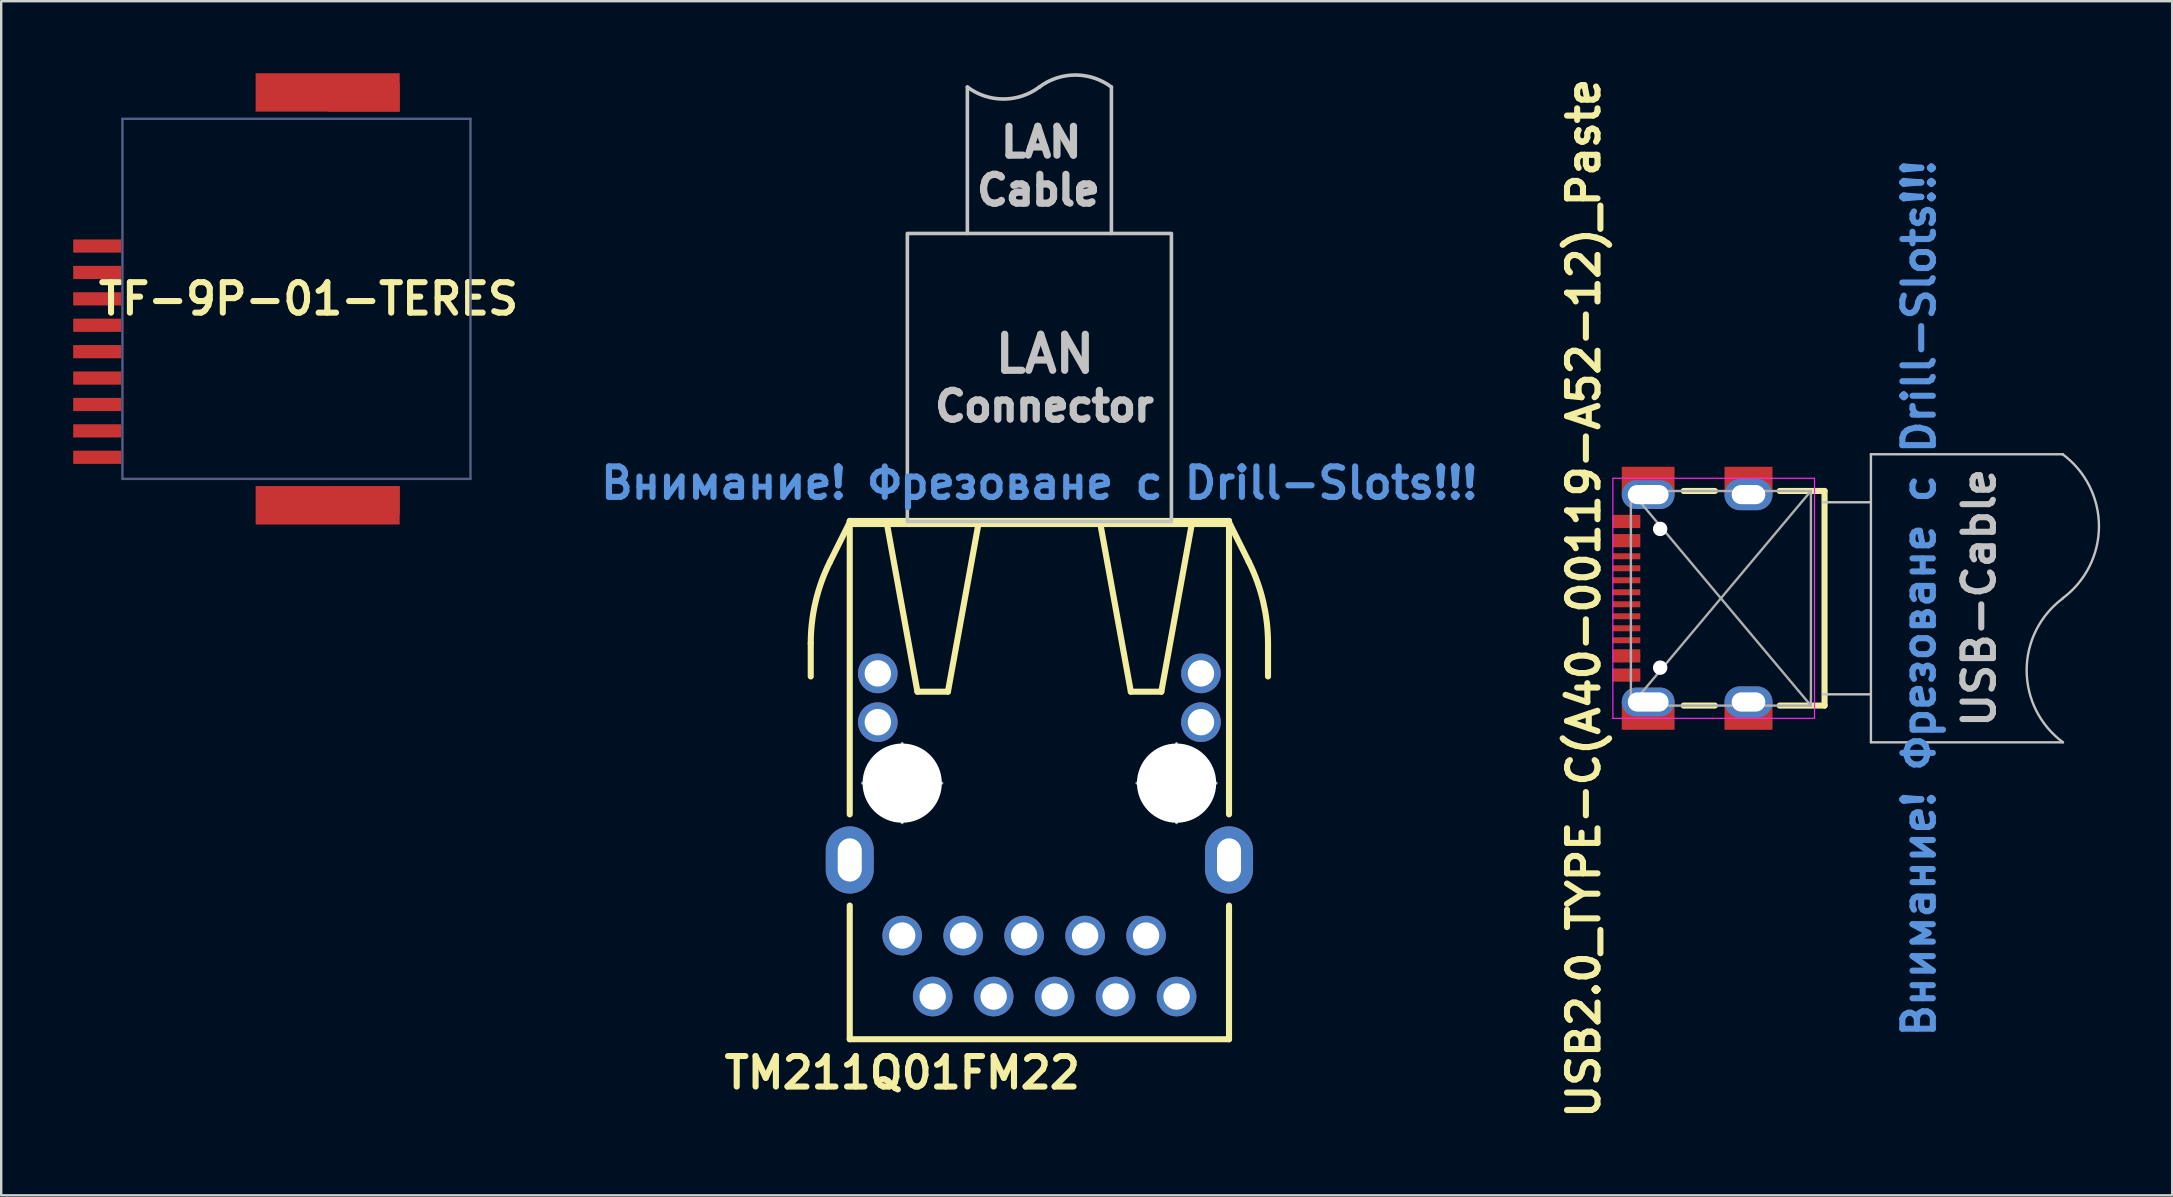
<source format=kicad_pcb>
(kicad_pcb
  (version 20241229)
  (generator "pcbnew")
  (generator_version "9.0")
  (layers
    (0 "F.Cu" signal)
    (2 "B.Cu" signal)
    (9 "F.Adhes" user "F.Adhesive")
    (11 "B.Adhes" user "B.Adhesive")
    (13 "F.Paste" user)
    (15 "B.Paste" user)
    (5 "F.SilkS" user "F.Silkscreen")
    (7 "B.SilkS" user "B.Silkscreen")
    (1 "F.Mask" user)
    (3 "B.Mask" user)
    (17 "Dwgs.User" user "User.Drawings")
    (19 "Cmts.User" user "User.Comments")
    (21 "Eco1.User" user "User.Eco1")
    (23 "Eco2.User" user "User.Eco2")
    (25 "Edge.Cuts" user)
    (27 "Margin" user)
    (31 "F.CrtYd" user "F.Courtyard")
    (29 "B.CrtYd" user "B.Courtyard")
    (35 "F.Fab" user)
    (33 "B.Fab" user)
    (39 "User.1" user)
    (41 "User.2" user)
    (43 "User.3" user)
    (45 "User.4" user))
  (footprint "USB2.0_TYPE-C(A40-00119-A52-12)_Paste"
    (layer "F.Cu")
    (at 68.641 21.874)
    (property "Reference" "USB2.0_TYPE-C(A40-00119-A52-12)_Paste" (at -5.715 0 270) (layer "F.SilkS") (effects (font (size 1.27 1.27) (thickness 0.254))))
    (attr smd)
    (fp_line (start -1.55 -4.47) (end -0.25 -4.47) (stroke (width 0.254) (type solid)) (layer "F.SilkS"))
    (fp_line (start -1.55 4.47) (end -0.25 4.47) (stroke (width 0.254) (type solid)) (layer "F.SilkS"))
    (fp_line (start 2.45 4.47) (end 4.318 4.47) (stroke (width 0.254) (type solid)) (layer "F.SilkS"))
    (fp_line (start 4.318 -4.47) (end 2.45 -4.47) (stroke (width 0.254) (type solid)) (layer "F.SilkS"))
    (fp_line (start 4.318 4.47) (end 4.318 -4.47) (stroke (width 0.254) (type solid)) (layer "F.SilkS"))
    (fp_line (start 4.25 -4) (end 6.25 -4) (stroke (width 0.1) (type default)) (layer "Dwgs.User"))
    (fp_line (start 6.25 -6) (end 6.25 6) (stroke (width 0.1) (type default)) (layer "Dwgs.User"))
    (fp_line (start 6.25 -6) (end 14.25 -6) (stroke (width 0.1) (type default)) (layer "Dwgs.User"))
    (fp_line (start 6.25 4) (end 4.25 4) (stroke (width 0.1) (type default)) (layer "Dwgs.User"))
    (fp_line (start 6.25 6) (end 14.25 6) (stroke (width 0.1) (type default)) (layer "Dwgs.User"))
    (fp_arc (start 14.237875 -6) (mid 15.75 -3) (end 14.237875 0) (stroke (width 0.1) (type default)) (layer "Dwgs.User"))
    (fp_arc (start 14.25 6) (mid 12.737875 3) (end 14.25 0) (stroke (width 0.1) (type default)) (layer "Dwgs.User"))
    (fp_line (start -2.75 -3.35) (end -2.5 -3.45) (stroke (width 0.127) (type solid)) (layer "Eco1.User"))
    (fp_line (start -2.75 -3.35) (end -2.5 -3.25) (stroke (width 0.127) (type solid)) (layer "Eco1.User"))
    (fp_line (start -2.75 -2.4) (end -2.5 -2.5) (stroke (width 0.127) (type solid)) (layer "Eco1.User"))
    (fp_line (start -2.75 -2.4) (end -2.5 -2.3) (stroke (width 0.127) (type solid)) (layer "Eco1.User"))
    (fp_line (start -2.75 -2.4) (end -2 -2.4) (stroke (width 0.127) (type solid)) (layer "Eco1.User"))
    (fp_line (start -2.75 -1.75) (end -2.5 -1.85) (stroke (width 0.127) (type solid)) (layer "Eco1.User"))
    (fp_line (start -2.75 -1.75) (end -2.5 -1.65) (stroke (width 0.127) (type solid)) (layer "Eco1.User"))
    (fp_line (start -2.75 -1.25) (end -2.5 -1.35) (stroke (width 0.127) (type solid)) (layer "Eco1.User"))
    (fp_line (start -2.75 -1.25) (end -2.5 -1.15) (stroke (width 0.127) (type solid)) (layer "Eco1.User"))
    (fp_line (start -2.75 -0.75) (end -2.5 -0.85) (stroke (width 0.127) (type solid)) (layer "Eco1.User"))
    (fp_line (start -2.75 -0.75) (end -2.5 -0.65) (stroke (width 0.127) (type solid)) (layer "Eco1.User"))
    (fp_line (start -2.75 -0.25) (end -2.5 -0.35) (stroke (width 0.127) (type solid)) (layer "Eco1.User"))
    (fp_line (start -2.75 -0.25) (end -2.5 -0.15) (stroke (width 0.127) (type solid)) (layer "Eco1.User"))
    (fp_line (start -2.75 0.25) (end -2.5 0.15) (stroke (width 0.127) (type solid)) (layer "Eco1.User"))
    (fp_line (start -2.75 0.25) (end -2.5 0.35) (stroke (width 0.127) (type solid)) (layer "Eco1.User"))
    (fp_line (start -2.75 0.75) (end -2.5 0.65) (stroke (width 0.127) (type solid)) (layer "Eco1.User"))
    (fp_line (start -2.75 0.75) (end -2.5 0.85) (stroke (width 0.127) (type solid)) (layer "Eco1.User"))
    (fp_line (start -2.75 1.25) (end -2.5 1.15) (stroke (width 0.127) (type solid)) (layer "Eco1.User"))
    (fp_line (start -2.75 1.25) (end -2.5 1.35) (stroke (width 0.127) (type solid)) (layer "Eco1.User"))
    (fp_line (start -2.75 1.75) (end -2.5 1.65) (stroke (width 0.127) (type solid)) (layer "Eco1.User"))
    (fp_line (start -2.75 1.75) (end -2.5 1.85) (stroke (width 0.127) (type solid)) (layer "Eco1.User"))
    (fp_line (start -2.75 2.4) (end -2.5 2.3) (stroke (width 0.127) (type solid)) (layer "Eco1.User"))
    (fp_line (start -2.75 2.4) (end -2.5 2.5) (stroke (width 0.127) (type solid)) (layer "Eco1.User"))
    (fp_line (start -2.75 3.35) (end -2.5 3.25) (stroke (width 0.127) (type solid)) (layer "Eco1.User"))
    (fp_line (start -2.75 3.35) (end -2.5 3.45) (stroke (width 0.127) (type solid)) (layer "Eco1.User"))
    (fp_line (start -2 -3.35) (end -2.75 -3.35) (stroke (width 0.127) (type solid)) (layer "Eco1.User"))
    (fp_line (start -2 -1.75) (end -2.75 -1.75) (stroke (width 0.127) (type solid)) (layer "Eco1.User"))
    (fp_line (start -2 -0.75) (end -2.75 -0.75) (stroke (width 0.127) (type solid)) (layer "Eco1.User"))
    (fp_line (start -2 0.25) (end -2.75 0.25) (stroke (width 0.127) (type solid)) (layer "Eco1.User"))
    (fp_line (start -2 1.25) (end -2.75 1.25) (stroke (width 0.127) (type solid)) (layer "Eco1.User"))
    (fp_line (start -2 2.4) (end -2.75 2.4) (stroke (width 0.127) (type solid)) (layer "Eco1.User"))
    (fp_line (start -2 3.35) (end -2.75 3.35) (stroke (width 0.127) (type solid)) (layer "Eco1.User"))
    (fp_line (start -0.25 -1.25) (end -2.75 -1.25) (stroke (width 0.127) (type solid)) (layer "Eco1.User"))
    (fp_line (start -0.25 -0.25) (end -2.75 -0.25) (stroke (width 0.127) (type solid)) (layer "Eco1.User"))
    (fp_line (start -0.25 0.75) (end -2.75 0.75) (stroke (width 0.127) (type solid)) (layer "Eco1.User"))
    (fp_line (start -0.25 1.75) (end -2.75 1.75) (stroke (width 0.127) (type solid)) (layer "Eco1.User"))
    (fp_line (start -4.5 -5) (end -4.5 5) (stroke (width 0.05) (type solid)) (layer "F.CrtYd"))
    (fp_line (start -4.5 5) (end 3.9 5) (stroke (width 0.05) (type solid)) (layer "F.CrtYd"))
    (fp_line (start 3.9 -5) (end -4.5 -5) (stroke (width 0.05) (type solid)) (layer "F.CrtYd"))
    (fp_line (start 3.9 5) (end 3.9 -5) (stroke (width 0.05) (type solid)) (layer "F.CrtYd"))
    (fp_line (start -3.75 -4.47) (end 3.75 -4.47) (stroke (width 0.1) (type solid)) (layer "F.Fab"))
    (fp_line (start -3.75 4.47) (end -3.75 -4.47) (stroke (width 0.1) (type solid)) (layer "F.Fab"))
    (fp_line (start 3.75 -4.47) (end -3.75 4.47) (stroke (width 0.1) (type solid)) (layer "F.Fab"))
    (fp_line (start 3.75 -4.47) (end 3.75 4.47) (stroke (width 0.1) (type solid)) (layer "F.Fab"))
    (fp_line (start 3.75 4.47) (end -3.75 -4.47) (stroke (width 0.1) (type solid)) (layer "F.Fab"))
    (fp_line (start 3.75 4.47) (end -3.75 4.47) (stroke (width 0.1) (type solid)) (layer "F.Fab"))
    (fp_text user "USB-Cable" (at 11.5 5.5 90) (unlocked yes) (layer "Dwgs.User") (effects (font (size 1.27 1.27) (thickness 0.254) (bold yes)) (justify left bottom)))
    (fp_text user "Внимание! Фрезоване с Drill-Slots!!!" (at 8.255 0 90) (layer "Cmts.User") (effects (font (size 1.27 1.27) (thickness 0.254))))
    (fp_text user "SBU2" (at 1 1.75 0) (layer "Eco1.User") (effects (font (size 0.508 0.508) (thickness 0.127))))
    (fp_text user "DP2" (at -1 -0.75 0) (layer "Eco1.User") (effects (font (size 0.508 0.508) (thickness 0.127))))
    (fp_text user "DN2" (at 0.75 0.75 0) (layer "Eco1.User") (effects (font (size 0.508 0.508) (thickness 0.127))))
    (fp_text user "A40-00119-A52-12" (at 3 0 90) (layer "Eco1.User") (effects (font (size 0.508 0.508) (thickness 0.127))))
    (fp_text user "SBU1" (at 1 -1.25 0) (layer "Eco1.User") (effects (font (size 0.508 0.508) (thickness 0.127))))
    (fp_text user "GND" (at -1 -3.25 0) (layer "Eco1.User") (effects (font (size 0.508 0.508) (thickness 0.127))))
    (fp_text user "VBUS" (at -0.75 -2.5 0) (layer "Eco1.User") (effects (font (size 0.508 0.508) (thickness 0.127))))
    (fp_text user "DN1" (at 0.75 -0.25 0) (layer "Eco1.User") (effects (font (size 0.508 0.508) (thickness 0.127))))
    (fp_text user "CC2" (at -1 -1.75 0) (layer "Eco1.User") (effects (font (size 0.508 0.508) (thickness 0.127))))
    (fp_text user "CC1" (at -1 1.25 0) (layer "Eco1.User") (effects (font (size 0.508 0.508) (thickness 0.127))))
    (fp_text user "DP1" (at -1 0.25 0) (layer "Eco1.User") (effects (font (size 0.508 0.508) (thickness 0.127))))
    (fp_text user "GND" (at -1 3.25 0) (layer "Eco1.User") (effects (font (size 0.508 0.508) (thickness 0.127))))
    (fp_text user "VBUS" (at -0.75 2.5 0) (layer "Eco1.User") (effects (font (size 0.508 0.508) (thickness 0.127))))
    (pad "" smd rect (at -3.03 -4.928 90) (size 2.1 3.2) (layers "F.Paste"))
    (pad "" smd rect (at -3.03 4.928 90) (size 2.1 3.2) (layers "F.Paste"))
    (pad "" np_thru_hole circle (at -2.53 -2.89 90) (size 0.6 0.6) (drill 0.6) (layers "*.Cu" "*.Mask"))
    (pad "" np_thru_hole circle (at -2.53 2.89 90) (size 0.6 0.6) (drill 0.6) (layers "*.Cu" "*.Mask"))
    (pad "" smd rect (at 1.15 -4.928 90) (size 2.1 3) (layers "F.Paste"))
    (pad "" smd rect (at 1.15 4.928 90) (size 2.1 3) (layers "F.Paste"))
    (pad "0" smd rect (at -3.03 -4.928 90) (size 1.1 2.2) (layers "F.Cu" "F.Mask" "F.Paste"))
    (pad "0" thru_hole oval (at -3.03 -4.32 90) (size 1.2 2.2) (drill oval 0.8 1.7) (layers "*.Cu" "*.Mask"))
    (pad "0" thru_hole oval (at -3.03 4.32 90) (size 1.2 2.2) (drill oval 0.8 1.7) (layers "*.Cu" "*.Mask"))
    (pad "0" smd rect (at -3.03 4.928 90) (size 1.1 2.2) (layers "F.Cu" "F.Mask" "F.Paste"))
    (pad "0" smd rect (at 1.15 -4.928 90) (size 1.1 2) (layers "F.Cu" "F.Mask" "F.Paste"))
    (pad "0" thru_hole oval (at 1.15 -4.32 90) (size 1.3 2) (drill oval 0.8 1.4) (layers "*.Cu" "*.Mask"))
    (pad "0" thru_hole oval (at 1.15 4.32 90) (size 1.3 2) (drill oval 0.8 1.4) (layers "*.Cu" "*.Mask"))
    (pad "0" smd rect (at 1.15 4.928 90) (size 1.1 2) (layers "F.Cu" "F.Mask" "F.Paste"))
    (pad "A1" smd rect (at -3.932 3.325 90) (size 0.3 1.15) (layers "F.Cu" "F.Mask" "F.Paste"))
    (pad "A4" smd rect (at -3.932 2.525 90) (size 0.3 1.15) (layers "F.Cu" "F.Mask" "F.Paste"))
    (pad "A5" smd rect (at -3.932 1.25 90) (size 0.25 1.15) (layers "F.Cu" "F.Mask" "F.Paste"))
    (pad "A6" smd rect (at -3.932 0.25 90) (size 0.25 1.15) (layers "F.Cu" "F.Mask" "F.Paste"))
    (pad "A7" smd rect (at -3.932 -0.25 90) (size 0.25 1.15) (layers "F.Cu" "F.Mask" "F.Paste"))
    (pad "A8" smd rect (at -3.932 -1.25 90) (size 0.25 1.15) (layers "F.Cu" "F.Mask" "F.Paste"))
    (pad "A9" smd rect (at -3.932 -2.525 90) (size 0.3 1.15) (layers "F.Cu" "F.Mask" "F.Paste"))
    (pad "A12" smd rect (at -3.932 -3.325 90) (size 0.3 1.15) (layers "F.Cu" "F.Mask" "F.Paste"))
    (pad "B1" smd rect (at -3.932 -3.075 90) (size 0.3 1.15) (layers "F.Cu" "F.Mask" "F.Paste"))
    (pad "B4" smd rect (at -3.932 -2.275 90) (size 0.3 1.15) (layers "F.Cu" "F.Mask" "F.Paste"))
    (pad "B5" smd rect (at -3.932 -1.75 90) (size 0.25 1.15) (layers "F.Cu" "F.Mask" "F.Paste"))
    (pad "B6" smd rect (at -3.932 -0.75 90) (size 0.25 1.15) (layers "F.Cu" "F.Mask" "F.Paste"))
    (pad "B7" smd rect (at -3.932 0.75 90) (size 0.25 1.15) (layers "F.Cu" "F.Mask" "F.Paste"))
    (pad "B8" smd rect (at -3.932 1.75 90) (size 0.25 1.15) (layers "F.Cu" "F.Mask" "F.Paste"))
    (pad "B9" smd rect (at -3.932 2.275 90) (size 0.3 1.15) (layers "F.Cu" "F.Mask" "F.Paste"))
    (pad "B12" smd rect (at -3.932 3.075 90) (size 0.3 1.15) (layers "F.Cu" "F.Mask" "F.Paste")))
  (footprint "TM211Q01FM22"
    (layer "F.Cu")
    (at 40.25 29.575)
    (property "Reference" "TM211Q01FM22" (at -5.715 12.065 0) (layer "F.SilkS") (effects (font (size 1.27 1.27) (thickness 0.254))))
    (attr through_hole)
    (fp_line (start -9.525 -5.819) (end -9.525 -4.445) (stroke (width 0.254) (type solid)) (layer "F.SilkS"))
    (fp_line (start -7.9 -10.922) (end -7.9 1.3) (stroke (width 0.254) (type solid)) (layer "F.SilkS"))
    (fp_line (start -7.9 10.668) (end -7.9 5.1) (stroke (width 0.254) (type solid)) (layer "F.SilkS"))
    (fp_line (start -7.9 10.668) (end 7.9 10.668) (stroke (width 0.254) (type solid)) (layer "F.SilkS"))
    (fp_line (start -7.874 -10.922) (end -8.72 -9.228) (stroke (width 0.254) (type solid)) (layer "F.SilkS"))
    (fp_line (start -7.874 -10.922) (end -7.899 -10.922) (stroke (width 0.254) (type solid)) (layer "F.SilkS"))
    (fp_line (start -6.35 -10.795) (end -5.08 -3.81) (stroke (width 0.254) (type solid)) (layer "F.SilkS"))
    (fp_line (start -5.08 -3.81) (end -3.81 -3.81) (stroke (width 0.254) (type solid)) (layer "F.SilkS"))
    (fp_line (start -3.81 -3.81) (end -2.54 -10.795) (stroke (width 0.254) (type solid)) (layer "F.SilkS"))
    (fp_line (start 2.54 -10.795) (end -7.874 -10.795) (stroke (width 0.254) (type solid)) (layer "F.SilkS"))
    (fp_line (start 2.54 -10.795) (end 3.81 -3.81) (stroke (width 0.254) (type solid)) (layer "F.SilkS"))
    (fp_line (start 3.81 -3.81) (end 5.08 -3.81) (stroke (width 0.254) (type solid)) (layer "F.SilkS"))
    (fp_line (start 5.08 -3.81) (end 6.35 -10.795) (stroke (width 0.254) (type solid)) (layer "F.SilkS"))
    (fp_line (start 6.35 -10.795) (end 2.54 -10.795) (stroke (width 0.254) (type solid)) (layer "F.SilkS"))
    (fp_line (start 7.874 -10.922) (end -7.874 -10.922) (stroke (width 0.254) (type solid)) (layer "F.SilkS"))
    (fp_line (start 7.874 -10.922) (end 8.72 -9.228) (stroke (width 0.254) (type solid)) (layer "F.SilkS"))
    (fp_line (start 7.874 -10.795) (end 6.35 -10.795) (stroke (width 0.254) (type solid)) (layer "F.SilkS"))
    (fp_line (start 7.899 -10.922) (end 7.874 -10.922) (stroke (width 0.254) (type solid)) (layer "F.SilkS"))
    (fp_line (start 7.9 1.3) (end 7.9 -10.922) (stroke (width 0.254) (type solid)) (layer "F.SilkS"))
    (fp_line (start 7.9 10.668) (end 7.9 5.1) (stroke (width 0.254) (type solid)) (layer "F.SilkS"))
    (fp_line (start 9.525 -5.819) (end 9.525 -4.445) (stroke (width 0.254) (type solid)) (layer "F.SilkS"))
    (fp_arc (start -9.525 -5.81914) (mid -9.32215 -7.565647) (end -8.7244 -9.219167) (stroke (width 0.254) (type solid)) (layer "F.SilkS"))
    (fp_arc (start 8.71982 -9.22782) (mid 9.319675 -7.575119) (end 9.524762 -5.828927) (stroke (width 0.254) (type solid)) (layer "F.SilkS"))
    (fp_line (start -3 -29) (end -3 -22.9) (stroke (width 0.15) (type default)) (layer "Dwgs.User"))
    (fp_line (start 3 -29) (end 3 -22.9) (stroke (width 0.15) (type default)) (layer "Dwgs.User"))
    (fp_arc (start 0 -29) (mid -1.5 -28.5) (end -3 -29) (stroke (width 0.15) (type default)) (layer "Dwgs.User"))
    (fp_arc (start 0 -29) (mid 1.5 -29.5) (end 3 -29) (stroke (width 0.15) (type default)) (layer "Dwgs.User"))
    (fp_poly (pts (xy 5.5 -10.9) (xy -5.5 -10.9) (xy -5.5 -22.9) (xy 5.5 -22.9)) (stroke (width 0.15) (type default)) (fill no) (layer "Dwgs.User"))
    (fp_line (start -7.363 0) (end -4.064 0) (stroke (width 0.127) (type solid)) (layer "F.Fab"))
    (fp_line (start -5.715 1.648) (end -5.715 -1.648) (stroke (width 0.127) (type solid)) (layer "F.Fab"))
    (fp_line (start 4.064 0) (end 7.363 0) (stroke (width 0.127) (type solid)) (layer "F.Fab"))
    (fp_line (start 5.715 1.648) (end 5.715 -1.648) (stroke (width 0.127) (type solid)) (layer "F.Fab"))
    (fp_circle (center -5.715 0) (end -6.538 0.823) (stroke (width 0.127) (type solid)) (fill no) (layer "F.Fab"))
    (fp_circle (center 5.715 0) (end 6.538 0.823) (stroke (width 0.127) (type solid)) (fill no) (layer "F.Fab"))
    (fp_text user "LAN" (at -2 -17 0) (unlocked yes) (layer "Dwgs.User") (effects (font (size 1.5 1.5) (thickness 0.3) (bold yes)) (justify left bottom)))
    (fp_text user "Cable" (at -2.75 -24 0) (unlocked yes) (layer "Dwgs.User") (effects (font (size 1.2 1.2) (thickness 0.3) (bold yes)) (justify left bottom)))
    (fp_text user "Connector" (at -4.5 -15 0) (unlocked yes) (layer "Dwgs.User") (effects (font (size 1.2 1.2) (thickness 0.3) (bold yes)) (justify left bottom)))
    (fp_text user "LAN" (at -1.75 -26 0) (unlocked yes) (layer "Dwgs.User") (effects (font (size 1.2 1.2) (thickness 0.3) (bold yes)) (justify left bottom)))
    (fp_text user "Внимание! Фрезоване с Drill-Slots!!!" (at 0 -12.5 180) (layer "Cmts.User") (effects (font (size 1.27 1.27) (thickness 0.254))))
    (pad "" np_thru_hole circle (at -5.715 0) (size 3.3 3.3) (drill 3.3) (layers "*.Cu" "*.Mask"))
    (pad "" np_thru_hole circle (at 5.715 0) (size 3.3 3.3) (drill 3.3) (layers "*.Cu" "*.Mask"))
    (pad "1" thru_hole circle (at -5.715 6.35) (size 1.65 1.65) (drill 1.1) (layers "*.Cu" "*.Mask"))
    (pad "2" thru_hole circle (at -4.445 8.89) (size 1.65 1.65) (drill 1.1) (layers "*.Cu" "*.Mask"))
    (pad "3" thru_hole circle (at -3.175 6.35) (size 1.65 1.65) (drill 1.1) (layers "*.Cu" "*.Mask"))
    (pad "4" thru_hole circle (at -1.905 8.89) (size 1.65 1.65) (drill 1.1) (layers "*.Cu" "*.Mask"))
    (pad "5" thru_hole circle (at -0.635 6.35) (size 1.65 1.65) (drill 1.1) (layers "*.Cu" "*.Mask"))
    (pad "6" thru_hole circle (at 0.635 8.89) (size 1.65 1.65) (drill 1.1) (layers "*.Cu" "*.Mask"))
    (pad "7" thru_hole circle (at 1.905 6.35) (size 1.65 1.65) (drill 1.1) (layers "*.Cu" "*.Mask"))
    (pad "8" thru_hole circle (at 3.175 8.89) (size 1.65 1.65) (drill 1.1) (layers "*.Cu" "*.Mask"))
    (pad "9" thru_hole circle (at 4.445 6.35) (size 1.65 1.65) (drill 1.1) (layers "*.Cu" "*.Mask"))
    (pad "10" thru_hole circle (at 5.715 8.89) (size 1.65 1.65) (drill 1.1) (layers "*.Cu" "*.Mask"))
    (pad "11" thru_hole circle (at -6.731 -2.54) (size 1.65 1.65) (drill 1.1) (layers "*.Cu" "*.Mask"))
    (pad "12" thru_hole circle (at -6.731 -4.572) (size 1.65 1.65) (drill 1.1) (layers "*.Cu" "*.Mask"))
    (pad "13" thru_hole circle (at 6.731 -2.54) (size 1.65 1.65) (drill 1.1) (layers "*.Cu" "*.Mask"))
    (pad "14" thru_hole circle (at 6.731 -4.572) (size 1.65 1.65) (drill 1.1) (layers "*.Cu" "*.Mask"))
    (pad "SH1" thru_hole oval (at -7.9 3.2) (size 2 2.8) (drill oval 1 1.8) (layers "*.Cu" "*.Mask"))
    (pad "SH2" thru_hole oval (at 7.9 3.2) (size 2 2.8) (drill oval 1 1.8) (layers "*.Cu" "*.Mask")))
  (footprint "TF-9P-01-TERES"
    (layer "F.Cu")
    (at 9.3 9.4)
    (property "Reference" "TF-9P-01-TERES" (at 0.5 0 0) (layer "F.SilkS") (effects (font (size 1.27 1.27) (thickness 0.254))))
    (attr smd)
    (fp_line (start -7.25 -7.5) (end 7.25 -7.5) (stroke (width 0.1) (type solid)) (layer "B.Fab"))
    (fp_line (start -7.25 7.5) (end -7.25 -7.5) (stroke (width 0.1) (type solid)) (layer "B.Fab"))
    (fp_line (start 7.25 -7.5) (end 7.25 7.5) (stroke (width 0.1) (type solid)) (layer "B.Fab"))
    (fp_line (start 7.25 7.5) (end -7.25 7.5) (stroke (width 0.1) (type solid)) (layer "B.Fab"))
    (pad "0" smd rect (at 1.3 -8.6 270) (size 1.6 6) (layers "F.Cu"))
    (pad "0" smd rect (at 1.3 8.6 270) (size 1.6 6) (layers "F.Cu"))
    (pad "0" smd rect (at 2.8 -8.4 270) (size 1.2 3) (layers "F.Cu" "F.Mask" "F.Paste"))
    (pad "0" smd rect (at 2.8 8.4 270) (size 1.2 3) (layers "F.Cu" "F.Mask" "F.Paste"))
    (pad "1" smd rect (at -8.3 -2.2 270) (size 0.55 2) (layers "F.Cu" "F.Mask" "F.Paste"))
    (pad "2" smd rect (at -8.3 -1.1 270) (size 0.55 2) (layers "F.Cu" "F.Mask" "F.Paste"))
    (pad "3" smd rect (at -8.3 0 270) (size 0.55 2) (layers "F.Cu" "F.Mask" "F.Paste"))
    (pad "4" smd rect (at -8.3 1.1 270) (size 0.55 2) (layers "F.Cu" "F.Mask" "F.Paste"))
    (pad "5" smd rect (at -8.3 2.2 270) (size 0.55 2) (layers "F.Cu" "F.Mask" "F.Paste"))
    (pad "6" smd rect (at -8.3 3.3 270) (size 0.55 2) (layers "F.Cu" "F.Mask" "F.Paste"))
    (pad "7" smd rect (at -8.3 4.4 270) (size 0.55 2) (layers "F.Cu" "F.Mask" "F.Paste"))
    (pad "8" smd rect (at -8.3 5.5 270) (size 0.55 2) (layers "F.Cu" "F.Mask" "F.Paste"))
    (pad "9" smd rect (at -8.3 6.6 270) (size 0.55 2) (layers "F.Cu" "F.Mask" "F.Paste")))
  (gr_rect
    (start -3 -3)
    (end 87.441 46.748)
    (stroke (width 0.1) (type default))
    (fill no)
    (layer "Edge.Cuts")))
</source>
